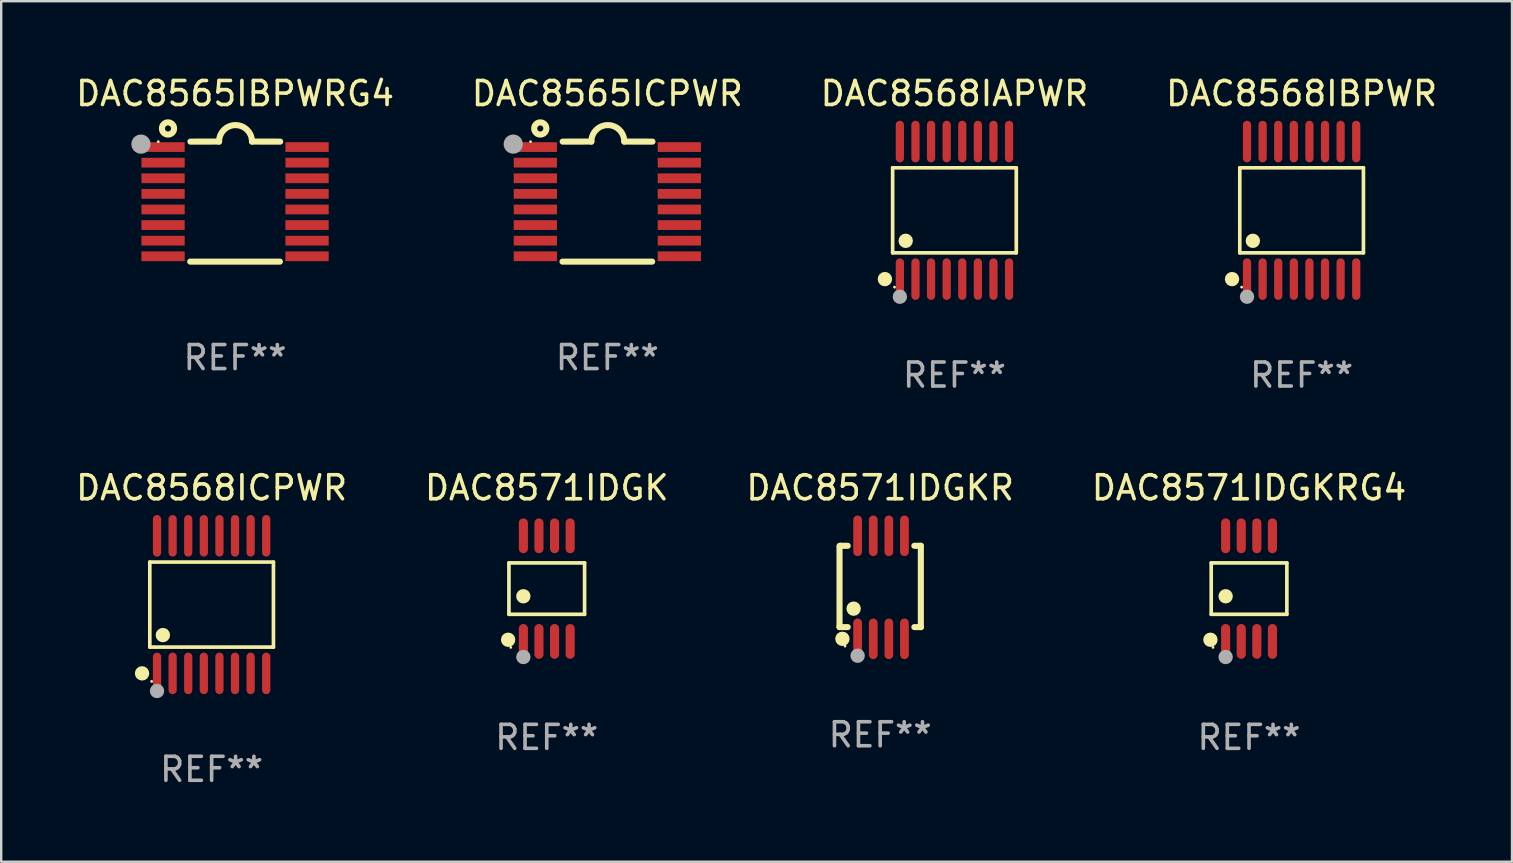
<source format=kicad_pcb>
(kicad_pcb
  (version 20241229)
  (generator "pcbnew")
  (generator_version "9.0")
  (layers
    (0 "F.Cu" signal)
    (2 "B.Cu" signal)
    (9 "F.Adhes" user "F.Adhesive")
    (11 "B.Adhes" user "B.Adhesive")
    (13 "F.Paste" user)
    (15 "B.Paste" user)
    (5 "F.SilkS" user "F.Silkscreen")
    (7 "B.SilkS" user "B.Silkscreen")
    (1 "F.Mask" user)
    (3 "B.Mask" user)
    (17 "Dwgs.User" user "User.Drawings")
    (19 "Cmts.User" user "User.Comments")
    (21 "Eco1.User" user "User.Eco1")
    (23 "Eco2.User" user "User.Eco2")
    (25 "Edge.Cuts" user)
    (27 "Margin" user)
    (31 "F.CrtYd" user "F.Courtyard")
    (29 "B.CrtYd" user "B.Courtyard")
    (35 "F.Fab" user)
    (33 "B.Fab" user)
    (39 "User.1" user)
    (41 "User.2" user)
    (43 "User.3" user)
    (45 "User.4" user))
  (footprint "DAC8568ICPWR"
    (layer "F.Cu")
    (at 5.768 22.142)
    (property "Reference" "DAC8568ICPWR" (at 0 -4.866 0) (layer "F.SilkS") (effects (font (size 1 1) (thickness 0.15))))
    (attr through_hole)
    (fp_line (start -2.576 -1.772) (end 2.576 -1.772) (stroke (width 0.152) (type solid)) (layer "F.SilkS"))
    (fp_line (start -2.576 1.771) (end -2.576 -1.772) (stroke (width 0.152) (type solid)) (layer "F.SilkS"))
    (fp_line (start 2.576 -1.772) (end 2.576 1.771) (stroke (width 0.152) (type solid)) (layer "F.SilkS"))
    (fp_line (start 2.576 1.771) (end -2.576 1.771) (stroke (width 0.152) (type solid)) (layer "F.SilkS"))
    (fp_circle (center -2.899 2.866) (end -2.749 2.866) (stroke (width 0.3) (type solid)) (fill no) (layer "F.SilkS"))
    (fp_circle (center -2.5 3.2) (end -2.47 3.2) (stroke (width 0.06) (type solid)) (fill no) (layer "F.SilkS"))
    (fp_circle (center -2.032 1.27) (end -1.882 1.27) (stroke (width 0.3) (type solid)) (fill no) (layer "F.SilkS"))
    (fp_circle (center -2.275 3.6) (end -2.125 3.6) (stroke (width 0.3) (type solid)) (fill no) (layer "F.Fab"))
    (fp_text user "REF**" (at 0 6.866 0) (layer "F.Fab") (effects (font (size 1 1) (thickness 0.15))))
    (pad "1" smd oval (at -2.275 2.866) (size 0.343 1.731) (layers "F.Cu" "F.Mask" "F.Paste"))
    (pad "2" smd oval (at -1.625 2.866) (size 0.343 1.731) (layers "F.Cu" "F.Mask" "F.Paste"))
    (pad "3" smd oval (at -0.975 2.866) (size 0.343 1.731) (layers "F.Cu" "F.Mask" "F.Paste"))
    (pad "4" smd oval (at -0.325 2.866) (size 0.343 1.731) (layers "F.Cu" "F.Mask" "F.Paste"))
    (pad "5" smd oval (at 0.325 2.866) (size 0.343 1.731) (layers "F.Cu" "F.Mask" "F.Paste"))
    (pad "6" smd oval (at 0.975 2.866) (size 0.343 1.731) (layers "F.Cu" "F.Mask" "F.Paste"))
    (pad "7" smd oval (at 1.625 2.866) (size 0.343 1.731) (layers "F.Cu" "F.Mask" "F.Paste"))
    (pad "8" smd oval (at 2.275 2.866) (size 0.343 1.731) (layers "F.Cu" "F.Mask" "F.Paste"))
    (pad "9" smd oval (at 2.275 -2.866) (size 0.343 1.731) (layers "F.Cu" "F.Mask" "F.Paste"))
    (pad "10" smd oval (at 1.625 -2.866) (size 0.343 1.731) (layers "F.Cu" "F.Mask" "F.Paste"))
    (pad "11" smd oval (at 0.975 -2.866) (size 0.343 1.731) (layers "F.Cu" "F.Mask" "F.Paste"))
    (pad "12" smd oval (at 0.325 -2.866) (size 0.343 1.731) (layers "F.Cu" "F.Mask" "F.Paste"))
    (pad "13" smd oval (at -0.325 -2.866) (size 0.343 1.731) (layers "F.Cu" "F.Mask" "F.Paste"))
    (pad "14" smd oval (at -0.975 -2.866) (size 0.343 1.731) (layers "F.Cu" "F.Mask" "F.Paste"))
    (pad "15" smd oval (at -1.625 -2.866) (size 0.343 1.731) (layers "F.Cu" "F.Mask" "F.Paste"))
    (pad "16" smd oval (at -2.275 -2.866) (size 0.343 1.731) (layers "F.Cu" "F.Mask" "F.Paste")))
  (footprint "DAC8571IDGKR"
    (layer "F.Cu")
    (at 33.625 21.422)
    (property "Reference" "DAC8571IDGKR" (at 0 -4.146 0) (layer "F.SilkS") (effects (font (size 1 1) (thickness 0.15))))
    (attr through_hole)
    (fp_line (start -1.694 -1.724) (end -1.694 1.652) (stroke (width 0.254) (type solid)) (layer "F.SilkS"))
    (fp_line (start -1.694 1.652) (end -1.688 1.658) (stroke (width 0.254) (type solid)) (layer "F.SilkS"))
    (fp_line (start -1.688 1.658) (end -1.353 1.658) (stroke (width 0.254) (type solid)) (layer "F.SilkS"))
    (fp_line (start -1.661 -1.73) (end -1.681 -1.71) (stroke (width 0.254) (type solid)) (layer "F.SilkS"))
    (fp_line (start -1.353 -1.73) (end -1.661 -1.73) (stroke (width 0.254) (type solid)) (layer "F.SilkS"))
    (fp_line (start 1.424 1.658) (end 1.694 1.658) (stroke (width 0.254) (type solid)) (layer "F.SilkS"))
    (fp_line (start 1.694 -1.73) (end 1.424 -1.73) (stroke (width 0.254) (type solid)) (layer "F.SilkS"))
    (fp_line (start 1.694 1.658) (end 1.694 -1.73) (stroke (width 0.254) (type solid)) (layer "F.SilkS"))
    (fp_circle (center -1.574 2.146) (end -1.424 2.146) (stroke (width 0.3) (type solid)) (fill no) (layer "F.SilkS"))
    (fp_circle (center -1.464 2.45) (end -1.434 2.45) (stroke (width 0.06) (type solid)) (fill no) (layer "F.SilkS"))
    (fp_circle (center -1.107 0.889) (end -0.957 0.889) (stroke (width 0.3) (type solid)) (fill no) (layer "F.SilkS"))
    (fp_circle (center -0.94 2.85) (end -0.789 2.85) (stroke (width 0.3) (type solid)) (fill no) (layer "F.Fab"))
    (fp_text user "REF**" (at 0 6.146 0) (layer "F.Fab") (effects (font (size 1 1) (thickness 0.15))))
    (pad "1" smd oval (at -0.94 2.146) (size 0.364 1.692) (layers "F.Cu" "F.Mask" "F.Paste"))
    (pad "2" smd oval (at -0.289 2.146) (size 0.364 1.692) (layers "F.Cu" "F.Mask" "F.Paste"))
    (pad "3" smd oval (at 0.361 2.146) (size 0.364 1.692) (layers "F.Cu" "F.Mask" "F.Paste"))
    (pad "4" smd oval (at 1.011 2.146) (size 0.364 1.692) (layers "F.Cu" "F.Mask" "F.Paste"))
    (pad "5" smd oval (at 1.011 -2.146) (size 0.364 1.692) (layers "F.Cu" "F.Mask" "F.Paste"))
    (pad "6" smd oval (at 0.361 -2.146) (size 0.364 1.692) (layers "F.Cu" "F.Mask" "F.Paste"))
    (pad "7" smd oval (at -0.289 -2.146) (size 0.364 1.692) (layers "F.Cu" "F.Mask" "F.Paste"))
    (pad "8" smd oval (at -0.94 -2.146) (size 0.364 1.692) (layers "F.Cu" "F.Mask" "F.Paste")))
  (footprint "DAC8565IBPWRG4"
    (layer "F.Cu")
    (at 6.744 5.35)
    (property "Reference" "DAC8565IBPWRG4" (at 0 -4.501 0) (layer "F.SilkS") (effects (font (size 1 1) (thickness 0.15))))
    (attr through_hole)
    (fp_line (start -1.868 2.501) (end 1.868 2.501) (stroke (width 0.254) (type solid)) (layer "F.SilkS"))
    (fp_line (start -1.86 -2.499) (end -0.666 -2.501) (stroke (width 0.254) (type solid)) (layer "F.SilkS"))
    (fp_line (start 0.706 -2.501) (end 1.88 -2.499) (stroke (width 0.254) (type solid)) (layer "F.SilkS"))
    (fp_arc (start -0.665914 -2.501448) (mid 0.019888 -3.18725) (end 0.70569 -2.501448) (stroke (width 0.254001) (type solid)) (layer "F.SilkS"))
    (fp_circle (center -3.2 -2.497) (end -3.17 -2.497) (stroke (width 0.06) (type solid)) (fill no) (layer "F.SilkS"))
    (fp_circle (center -2.794 -3.047) (end -2.54 -3.047) (stroke (width 0.254) (type solid)) (fill no) (layer "F.SilkS"))
    (fp_circle (center -3.921 -2.395) (end -3.721 -2.395) (stroke (width 0.4) (type solid)) (fill no) (layer "F.Fab"))
    (fp_text user "REF**" (at 0 6.501 0) (layer "F.Fab") (effects (font (size 1 1) (thickness 0.15))))
    (pad "1" smd rect (at -3 -2.272) (size 1.803 0.406) (layers "F.Cu" "F.Mask" "F.Paste"))
    (pad "2" smd rect (at -3 -1.622) (size 1.803 0.406) (layers "F.Cu" "F.Mask" "F.Paste"))
    (pad "3" smd rect (at -3 -0.972) (size 1.803 0.406) (layers "F.Cu" "F.Mask" "F.Paste"))
    (pad "4" smd rect (at -3 -0.322) (size 1.803 0.406) (layers "F.Cu" "F.Mask" "F.Paste"))
    (pad "5" smd rect (at -3 0.328) (size 1.803 0.406) (layers "F.Cu" "F.Mask" "F.Paste"))
    (pad "6" smd rect (at -3 0.978) (size 1.803 0.406) (layers "F.Cu" "F.Mask" "F.Paste"))
    (pad "7" smd rect (at -3 1.628) (size 1.803 0.406) (layers "F.Cu" "F.Mask" "F.Paste"))
    (pad "8" smd rect (at -3 2.278) (size 1.803 0.406) (layers "F.Cu" "F.Mask" "F.Paste"))
    (pad "9" smd rect (at 3 2.278) (size 1.803 0.406) (layers "F.Cu" "F.Mask" "F.Paste"))
    (pad "10" smd rect (at 3 1.628) (size 1.803 0.406) (layers "F.Cu" "F.Mask" "F.Paste"))
    (pad "11" smd rect (at 3 0.978) (size 1.803 0.406) (layers "F.Cu" "F.Mask" "F.Paste"))
    (pad "12" smd rect (at 3 0.328) (size 1.803 0.406) (layers "F.Cu" "F.Mask" "F.Paste"))
    (pad "13" smd rect (at 3 -0.322) (size 1.803 0.406) (layers "F.Cu" "F.Mask" "F.Paste"))
    (pad "14" smd rect (at 3 -0.972) (size 1.803 0.406) (layers "F.Cu" "F.Mask" "F.Paste"))
    (pad "15" smd rect (at 3 -1.622) (size 1.803 0.406) (layers "F.Cu" "F.Mask" "F.Paste"))
    (pad "16" smd rect (at 3 -2.272) (size 1.803 0.406) (layers "F.Cu" "F.Mask" "F.Paste")))
  (footprint "DAC8565ICPWR"
    (layer "F.Cu")
    (at 22.256 5.35)
    (property "Reference" "DAC8565ICPWR" (at 0 -4.501 0) (layer "F.SilkS") (effects (font (size 1 1) (thickness 0.15))))
    (attr through_hole)
    (fp_line (start -1.868 2.501) (end 1.868 2.501) (stroke (width 0.254) (type solid)) (layer "F.SilkS"))
    (fp_line (start -1.86 -2.499) (end -0.666 -2.501) (stroke (width 0.254) (type solid)) (layer "F.SilkS"))
    (fp_line (start 0.706 -2.501) (end 1.88 -2.499) (stroke (width 0.254) (type solid)) (layer "F.SilkS"))
    (fp_arc (start -0.665914 -2.501448) (mid 0.019888 -3.18725) (end 0.70569 -2.501448) (stroke (width 0.254001) (type solid)) (layer "F.SilkS"))
    (fp_circle (center -3.2 -2.497) (end -3.17 -2.497) (stroke (width 0.06) (type solid)) (fill no) (layer "F.SilkS"))
    (fp_circle (center -2.794 -3.047) (end -2.54 -3.047) (stroke (width 0.254) (type solid)) (fill no) (layer "F.SilkS"))
    (fp_circle (center -3.921 -2.395) (end -3.721 -2.395) (stroke (width 0.4) (type solid)) (fill no) (layer "F.Fab"))
    (fp_text user "REF**" (at 0 6.501 0) (layer "F.Fab") (effects (font (size 1 1) (thickness 0.15))))
    (pad "1" smd rect (at -3 -2.272) (size 1.803 0.406) (layers "F.Cu" "F.Mask" "F.Paste"))
    (pad "2" smd rect (at -3 -1.622) (size 1.803 0.406) (layers "F.Cu" "F.Mask" "F.Paste"))
    (pad "3" smd rect (at -3 -0.972) (size 1.803 0.406) (layers "F.Cu" "F.Mask" "F.Paste"))
    (pad "4" smd rect (at -3 -0.322) (size 1.803 0.406) (layers "F.Cu" "F.Mask" "F.Paste"))
    (pad "5" smd rect (at -3 0.328) (size 1.803 0.406) (layers "F.Cu" "F.Mask" "F.Paste"))
    (pad "6" smd rect (at -3 0.978) (size 1.803 0.406) (layers "F.Cu" "F.Mask" "F.Paste"))
    (pad "7" smd rect (at -3 1.628) (size 1.803 0.406) (layers "F.Cu" "F.Mask" "F.Paste"))
    (pad "8" smd rect (at -3 2.278) (size 1.803 0.406) (layers "F.Cu" "F.Mask" "F.Paste"))
    (pad "9" smd rect (at 3 2.278) (size 1.803 0.406) (layers "F.Cu" "F.Mask" "F.Paste"))
    (pad "10" smd rect (at 3 1.628) (size 1.803 0.406) (layers "F.Cu" "F.Mask" "F.Paste"))
    (pad "11" smd rect (at 3 0.978) (size 1.803 0.406) (layers "F.Cu" "F.Mask" "F.Paste"))
    (pad "12" smd rect (at 3 0.328) (size 1.803 0.406) (layers "F.Cu" "F.Mask" "F.Paste"))
    (pad "13" smd rect (at 3 -0.322) (size 1.803 0.406) (layers "F.Cu" "F.Mask" "F.Paste"))
    (pad "14" smd rect (at 3 -0.972) (size 1.803 0.406) (layers "F.Cu" "F.Mask" "F.Paste"))
    (pad "15" smd rect (at 3 -1.622) (size 1.803 0.406) (layers "F.Cu" "F.Mask" "F.Paste"))
    (pad "16" smd rect (at 3 -2.272) (size 1.803 0.406) (layers "F.Cu" "F.Mask" "F.Paste")))
  (footprint "DAC8568IAPWR"
    (layer "F.Cu")
    (at 36.72 5.714)
    (property "Reference" "DAC8568IAPWR" (at 0 -4.866 0) (layer "F.SilkS") (effects (font (size 1 1) (thickness 0.15))))
    (attr through_hole)
    (fp_line (start -2.576 -1.772) (end 2.576 -1.772) (stroke (width 0.152) (type solid)) (layer "F.SilkS"))
    (fp_line (start -2.576 1.771) (end -2.576 -1.772) (stroke (width 0.152) (type solid)) (layer "F.SilkS"))
    (fp_line (start 2.576 -1.772) (end 2.576 1.771) (stroke (width 0.152) (type solid)) (layer "F.SilkS"))
    (fp_line (start 2.576 1.771) (end -2.576 1.771) (stroke (width 0.152) (type solid)) (layer "F.SilkS"))
    (fp_circle (center -2.899 2.866) (end -2.749 2.866) (stroke (width 0.3) (type solid)) (fill no) (layer "F.SilkS"))
    (fp_circle (center -2.5 3.2) (end -2.47 3.2) (stroke (width 0.06) (type solid)) (fill no) (layer "F.SilkS"))
    (fp_circle (center -2.032 1.27) (end -1.882 1.27) (stroke (width 0.3) (type solid)) (fill no) (layer "F.SilkS"))
    (fp_circle (center -2.275 3.6) (end -2.125 3.6) (stroke (width 0.3) (type solid)) (fill no) (layer "F.Fab"))
    (fp_text user "REF**" (at 0 6.866 0) (layer "F.Fab") (effects (font (size 1 1) (thickness 0.15))))
    (pad "1" smd oval (at -2.275 2.866) (size 0.343 1.731) (layers "F.Cu" "F.Mask" "F.Paste"))
    (pad "2" smd oval (at -1.625 2.866) (size 0.343 1.731) (layers "F.Cu" "F.Mask" "F.Paste"))
    (pad "3" smd oval (at -0.975 2.866) (size 0.343 1.731) (layers "F.Cu" "F.Mask" "F.Paste"))
    (pad "4" smd oval (at -0.325 2.866) (size 0.343 1.731) (layers "F.Cu" "F.Mask" "F.Paste"))
    (pad "5" smd oval (at 0.325 2.866) (size 0.343 1.731) (layers "F.Cu" "F.Mask" "F.Paste"))
    (pad "6" smd oval (at 0.975 2.866) (size 0.343 1.731) (layers "F.Cu" "F.Mask" "F.Paste"))
    (pad "7" smd oval (at 1.625 2.866) (size 0.343 1.731) (layers "F.Cu" "F.Mask" "F.Paste"))
    (pad "8" smd oval (at 2.275 2.866) (size 0.343 1.731) (layers "F.Cu" "F.Mask" "F.Paste"))
    (pad "9" smd oval (at 2.275 -2.866) (size 0.343 1.731) (layers "F.Cu" "F.Mask" "F.Paste"))
    (pad "10" smd oval (at 1.625 -2.866) (size 0.343 1.731) (layers "F.Cu" "F.Mask" "F.Paste"))
    (pad "11" smd oval (at 0.975 -2.866) (size 0.343 1.731) (layers "F.Cu" "F.Mask" "F.Paste"))
    (pad "12" smd oval (at 0.325 -2.866) (size 0.343 1.731) (layers "F.Cu" "F.Mask" "F.Paste"))
    (pad "13" smd oval (at -0.325 -2.866) (size 0.343 1.731) (layers "F.Cu" "F.Mask" "F.Paste"))
    (pad "14" smd oval (at -0.975 -2.866) (size 0.343 1.731) (layers "F.Cu" "F.Mask" "F.Paste"))
    (pad "15" smd oval (at -1.625 -2.866) (size 0.343 1.731) (layers "F.Cu" "F.Mask" "F.Paste"))
    (pad "16" smd oval (at -2.275 -2.866) (size 0.343 1.731) (layers "F.Cu" "F.Mask" "F.Paste")))
  (footprint "DAC8568IBPWR"
    (layer "F.Cu")
    (at 51.185 5.714)
    (property "Reference" "DAC8568IBPWR" (at 0 -4.866 0) (layer "F.SilkS") (effects (font (size 1 1) (thickness 0.15))))
    (attr through_hole)
    (fp_line (start -2.576 -1.772) (end 2.576 -1.772) (stroke (width 0.152) (type solid)) (layer "F.SilkS"))
    (fp_line (start -2.576 1.771) (end -2.576 -1.772) (stroke (width 0.152) (type solid)) (layer "F.SilkS"))
    (fp_line (start 2.576 -1.772) (end 2.576 1.771) (stroke (width 0.152) (type solid)) (layer "F.SilkS"))
    (fp_line (start 2.576 1.771) (end -2.576 1.771) (stroke (width 0.152) (type solid)) (layer "F.SilkS"))
    (fp_circle (center -2.899 2.866) (end -2.749 2.866) (stroke (width 0.3) (type solid)) (fill no) (layer "F.SilkS"))
    (fp_circle (center -2.5 3.2) (end -2.47 3.2) (stroke (width 0.06) (type solid)) (fill no) (layer "F.SilkS"))
    (fp_circle (center -2.032 1.27) (end -1.882 1.27) (stroke (width 0.3) (type solid)) (fill no) (layer "F.SilkS"))
    (fp_circle (center -2.275 3.6) (end -2.125 3.6) (stroke (width 0.3) (type solid)) (fill no) (layer "F.Fab"))
    (fp_text user "REF**" (at 0 6.866 0) (layer "F.Fab") (effects (font (size 1 1) (thickness 0.15))))
    (pad "1" smd oval (at -2.275 2.866) (size 0.343 1.731) (layers "F.Cu" "F.Mask" "F.Paste"))
    (pad "2" smd oval (at -1.625 2.866) (size 0.343 1.731) (layers "F.Cu" "F.Mask" "F.Paste"))
    (pad "3" smd oval (at -0.975 2.866) (size 0.343 1.731) (layers "F.Cu" "F.Mask" "F.Paste"))
    (pad "4" smd oval (at -0.325 2.866) (size 0.343 1.731) (layers "F.Cu" "F.Mask" "F.Paste"))
    (pad "5" smd oval (at 0.325 2.866) (size 0.343 1.731) (layers "F.Cu" "F.Mask" "F.Paste"))
    (pad "6" smd oval (at 0.975 2.866) (size 0.343 1.731) (layers "F.Cu" "F.Mask" "F.Paste"))
    (pad "7" smd oval (at 1.625 2.866) (size 0.343 1.731) (layers "F.Cu" "F.Mask" "F.Paste"))
    (pad "8" smd oval (at 2.275 2.866) (size 0.343 1.731) (layers "F.Cu" "F.Mask" "F.Paste"))
    (pad "9" smd oval (at 2.275 -2.866) (size 0.343 1.731) (layers "F.Cu" "F.Mask" "F.Paste"))
    (pad "10" smd oval (at 1.625 -2.866) (size 0.343 1.731) (layers "F.Cu" "F.Mask" "F.Paste"))
    (pad "11" smd oval (at 0.975 -2.866) (size 0.343 1.731) (layers "F.Cu" "F.Mask" "F.Paste"))
    (pad "12" smd oval (at 0.325 -2.866) (size 0.343 1.731) (layers "F.Cu" "F.Mask" "F.Paste"))
    (pad "13" smd oval (at -0.325 -2.866) (size 0.343 1.731) (layers "F.Cu" "F.Mask" "F.Paste"))
    (pad "14" smd oval (at -0.975 -2.866) (size 0.343 1.731) (layers "F.Cu" "F.Mask" "F.Paste"))
    (pad "15" smd oval (at -1.625 -2.866) (size 0.343 1.731) (layers "F.Cu" "F.Mask" "F.Paste"))
    (pad "16" smd oval (at -2.275 -2.866) (size 0.343 1.731) (layers "F.Cu" "F.Mask" "F.Paste")))
  (footprint "DAC8571IDGK"
    (layer "F.Cu")
    (at 19.732 21.476)
    (property "Reference" "DAC8571IDGK" (at 0 -4.2 0) (layer "F.SilkS") (effects (font (size 1 1) (thickness 0.15))))
    (attr through_hole)
    (fp_line (start -1.576 -1.071) (end 1.576 -1.071) (stroke (width 0.152) (type solid)) (layer "F.SilkS"))
    (fp_line (start -1.576 1.071) (end -1.576 -1.071) (stroke (width 0.152) (type solid)) (layer "F.SilkS"))
    (fp_line (start 1.576 -1.071) (end 1.576 1.071) (stroke (width 0.152) (type solid)) (layer "F.SilkS"))
    (fp_line (start 1.576 1.071) (end -1.576 1.071) (stroke (width 0.152) (type solid)) (layer "F.SilkS"))
    (fp_circle (center -1.609 2.131) (end -1.459 2.131) (stroke (width 0.3) (type solid)) (fill no) (layer "F.SilkS"))
    (fp_circle (center -1.5 2.45) (end -1.47 2.45) (stroke (width 0.06) (type solid)) (fill no) (layer "F.SilkS"))
    (fp_circle (center -0.975 0.319) (end -0.825 0.319) (stroke (width 0.3) (type solid)) (fill no) (layer "F.SilkS"))
    (fp_circle (center -0.975 2.85) (end -0.825 2.85) (stroke (width 0.3) (type solid)) (fill no) (layer "F.Fab"))
    (fp_text user "REF**" (at 0 6.2 0) (layer "F.Fab") (effects (font (size 1 1) (thickness 0.15))))
    (pad "1" smd oval (at -0.975 2.2) (size 0.38 1.45) (layers "F.Cu" "F.Mask" "F.Paste"))
    (pad "2" smd oval (at -0.325 2.2) (size 0.38 1.45) (layers "F.Cu" "F.Mask" "F.Paste"))
    (pad "3" smd oval (at 0.325 2.2) (size 0.38 1.45) (layers "F.Cu" "F.Mask" "F.Paste"))
    (pad "4" smd oval (at 0.975 2.2) (size 0.38 1.45) (layers "F.Cu" "F.Mask" "F.Paste"))
    (pad "5" smd oval (at 0.975 -2.2) (size 0.38 1.45) (layers "F.Cu" "F.Mask" "F.Paste"))
    (pad "6" smd oval (at 0.325 -2.2) (size 0.38 1.45) (layers "F.Cu" "F.Mask" "F.Paste"))
    (pad "7" smd oval (at -0.325 -2.2) (size 0.38 1.45) (layers "F.Cu" "F.Mask" "F.Paste"))
    (pad "8" smd oval (at -0.975 -2.2) (size 0.38 1.45) (layers "F.Cu" "F.Mask" "F.Paste")))
  (footprint "DAC8571IDGKRG4"
    (layer "F.Cu")
    (at 48.994 21.476)
    (property "Reference" "DAC8571IDGKRG4" (at 0 -4.2 0) (layer "F.SilkS") (effects (font (size 1 1) (thickness 0.15))))
    (attr through_hole)
    (fp_line (start -1.576 -1.071) (end 1.576 -1.071) (stroke (width 0.152) (type solid)) (layer "F.SilkS"))
    (fp_line (start -1.576 1.071) (end -1.576 -1.071) (stroke (width 0.152) (type solid)) (layer "F.SilkS"))
    (fp_line (start 1.576 -1.071) (end 1.576 1.071) (stroke (width 0.152) (type solid)) (layer "F.SilkS"))
    (fp_line (start 1.576 1.071) (end -1.576 1.071) (stroke (width 0.152) (type solid)) (layer "F.SilkS"))
    (fp_circle (center -1.609 2.131) (end -1.459 2.131) (stroke (width 0.3) (type solid)) (fill no) (layer "F.SilkS"))
    (fp_circle (center -1.5 2.45) (end -1.47 2.45) (stroke (width 0.06) (type solid)) (fill no) (layer "F.SilkS"))
    (fp_circle (center -0.975 0.319) (end -0.825 0.319) (stroke (width 0.3) (type solid)) (fill no) (layer "F.SilkS"))
    (fp_circle (center -0.975 2.85) (end -0.825 2.85) (stroke (width 0.3) (type solid)) (fill no) (layer "F.Fab"))
    (fp_text user "REF**" (at 0 6.2 0) (layer "F.Fab") (effects (font (size 1 1) (thickness 0.15))))
    (pad "1" smd oval (at -0.975 2.2) (size 0.38 1.45) (layers "F.Cu" "F.Mask" "F.Paste"))
    (pad "2" smd oval (at -0.325 2.2) (size 0.38 1.45) (layers "F.Cu" "F.Mask" "F.Paste"))
    (pad "3" smd oval (at 0.325 2.2) (size 0.38 1.45) (layers "F.Cu" "F.Mask" "F.Paste"))
    (pad "4" smd oval (at 0.975 2.2) (size 0.38 1.45) (layers "F.Cu" "F.Mask" "F.Paste"))
    (pad "5" smd oval (at 0.975 -2.2) (size 0.38 1.45) (layers "F.Cu" "F.Mask" "F.Paste"))
    (pad "6" smd oval (at 0.325 -2.2) (size 0.38 1.45) (layers "F.Cu" "F.Mask" "F.Paste"))
    (pad "7" smd oval (at -0.325 -2.2) (size 0.38 1.45) (layers "F.Cu" "F.Mask" "F.Paste"))
    (pad "8" smd oval (at -0.975 -2.2) (size 0.38 1.45) (layers "F.Cu" "F.Mask" "F.Paste")))
  (gr_rect
    (start -3 -3)
    (end 59.952 32.856)
    (stroke (width 0.1) (type default))
    (fill no)
    (layer "Edge.Cuts")))
</source>
